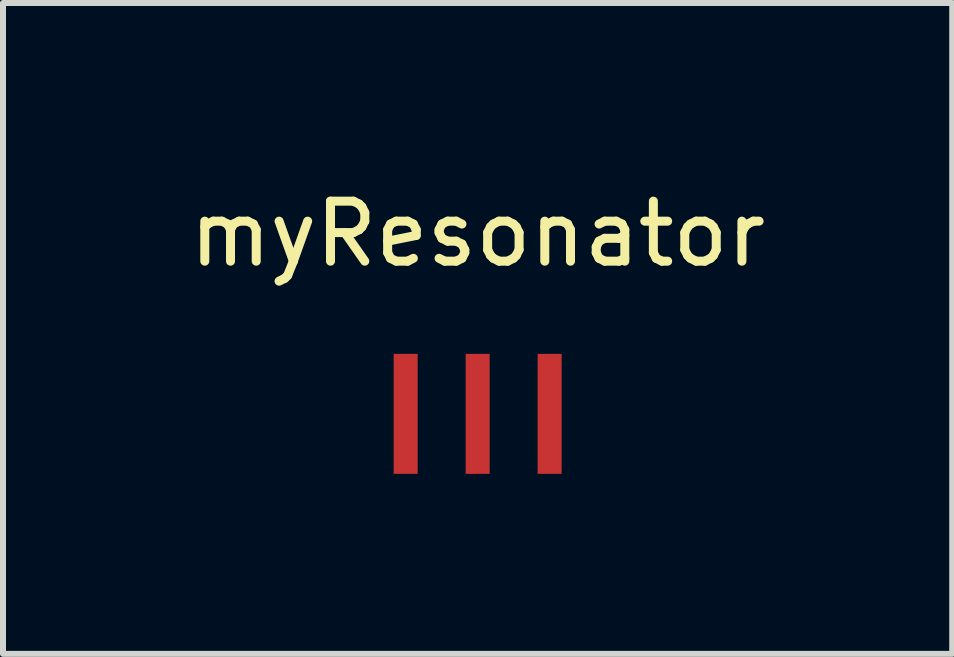
<source format=kicad_pcb>
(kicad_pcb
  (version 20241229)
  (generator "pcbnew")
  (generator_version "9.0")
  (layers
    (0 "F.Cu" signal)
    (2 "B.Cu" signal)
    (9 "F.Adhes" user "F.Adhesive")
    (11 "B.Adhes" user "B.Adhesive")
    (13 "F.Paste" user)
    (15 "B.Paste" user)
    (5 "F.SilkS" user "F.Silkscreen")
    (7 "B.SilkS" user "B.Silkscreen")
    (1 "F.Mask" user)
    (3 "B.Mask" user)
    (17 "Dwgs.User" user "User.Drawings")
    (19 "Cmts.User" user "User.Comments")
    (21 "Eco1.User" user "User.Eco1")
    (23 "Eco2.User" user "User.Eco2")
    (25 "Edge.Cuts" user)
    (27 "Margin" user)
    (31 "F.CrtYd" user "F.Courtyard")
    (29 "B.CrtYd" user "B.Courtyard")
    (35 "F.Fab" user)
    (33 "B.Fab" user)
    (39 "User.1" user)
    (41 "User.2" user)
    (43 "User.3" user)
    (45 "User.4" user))
  (footprint "myResonator"
    (layer "F.Cu")
    (at 4.911 3.848)
    (property "Reference" "myResonator" (at 0 -3 0) (layer "F.SilkS") (effects (font (size 1 1) (thickness 0.15))))
    (attr through_hole)
    (pad "1" smd rect (at -1.2 0) (size 0.4 2) (layers "F.Cu" "F.Mask" "F.Paste"))
    (pad "2" smd rect (at 1.2 0) (size 0.4 2) (layers "F.Cu" "F.Mask" "F.Paste"))
    (pad "3" smd rect (at 0 0) (size 0.4 2) (layers "F.Cu" "F.Mask" "F.Paste")))
  (gr_rect
    (start -3 -3)
    (end 12.821 7.848)
    (stroke (width 0.1) (type default))
    (fill no)
    (layer "Edge.Cuts")))
</source>
